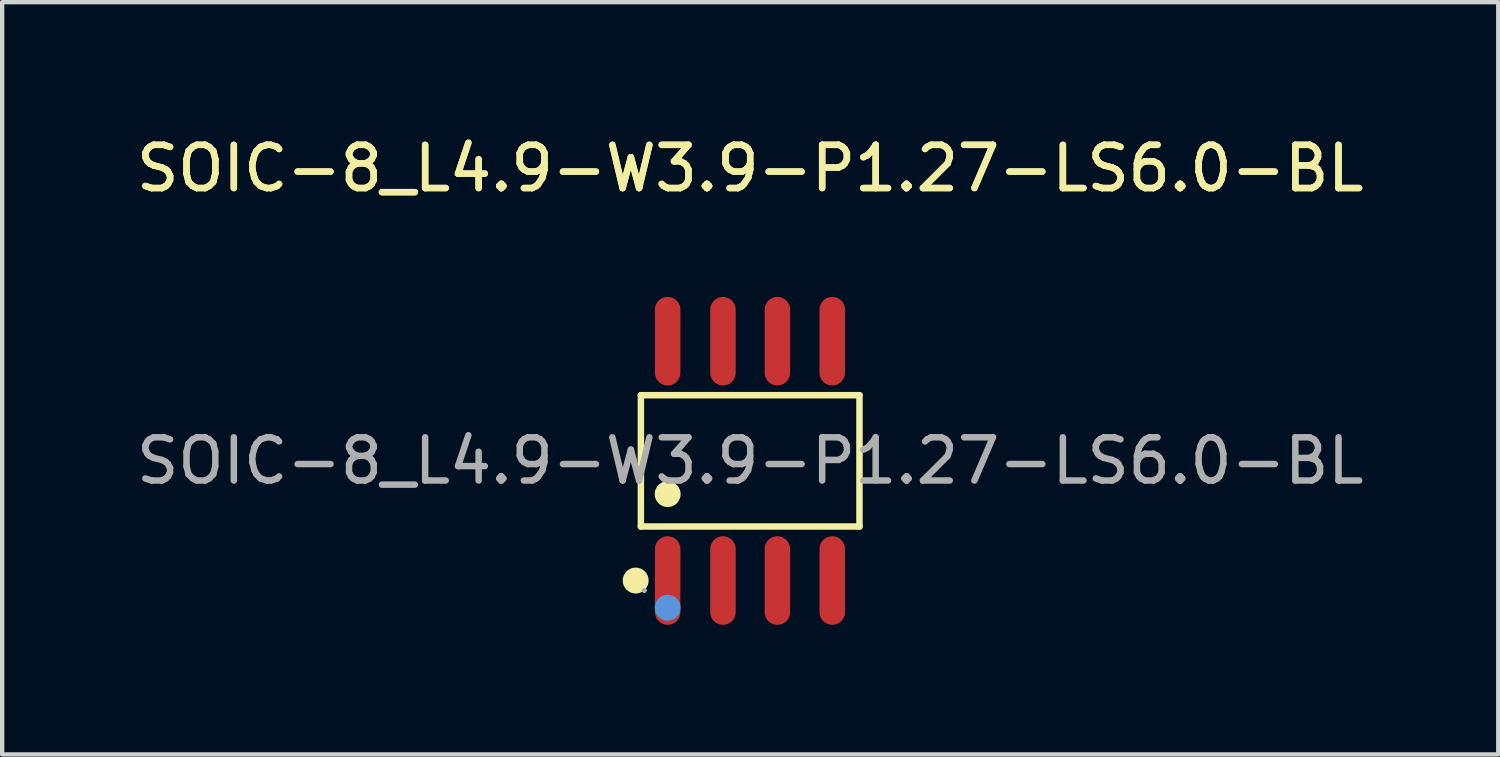
<source format=kicad_pcb>
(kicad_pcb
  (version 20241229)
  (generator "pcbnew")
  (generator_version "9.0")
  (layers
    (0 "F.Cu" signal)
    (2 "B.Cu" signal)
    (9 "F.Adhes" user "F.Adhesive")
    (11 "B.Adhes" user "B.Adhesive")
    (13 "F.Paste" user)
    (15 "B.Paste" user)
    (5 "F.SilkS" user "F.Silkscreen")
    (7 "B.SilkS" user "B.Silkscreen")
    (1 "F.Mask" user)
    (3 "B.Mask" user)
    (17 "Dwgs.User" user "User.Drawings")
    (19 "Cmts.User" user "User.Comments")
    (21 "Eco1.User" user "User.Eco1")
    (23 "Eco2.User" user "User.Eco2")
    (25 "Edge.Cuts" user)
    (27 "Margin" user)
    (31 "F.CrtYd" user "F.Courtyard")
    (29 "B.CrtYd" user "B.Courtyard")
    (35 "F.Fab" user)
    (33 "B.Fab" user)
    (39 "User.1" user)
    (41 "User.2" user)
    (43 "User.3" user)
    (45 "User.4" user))
  (footprint "SOIC-8_L4.9-W3.9-P1.27-LS6.0-BL"
    (layer "F.Cu")
    (at 14.315 7.618)
    (property "Reference" "SOIC-8_L4.9-W3.9-P1.27-LS6.0-BL" (at 0 -6.77 0) (layer "F.SilkS") (effects (font (size 1 1) (thickness 0.15))))
    (attr smd)
    (fp_line (start -2.53 -1.52) (end 2.53 -1.52) (stroke (width 0.15) (type solid)) (layer "F.SilkS"))
    (fp_line (start -2.53 1.52) (end -2.53 -1.52) (stroke (width 0.15) (type solid)) (layer "F.SilkS"))
    (fp_line (start 2.53 -1.52) (end 2.53 1.52) (stroke (width 0.15) (type solid)) (layer "F.SilkS"))
    (fp_line (start 2.53 1.52) (end -2.53 1.52) (stroke (width 0.15) (type solid)) (layer "F.SilkS"))
    (fp_circle (center -2.65 2.77) (end -2.5 2.77) (stroke (width 0.3) (type solid)) (fill no) (layer "F.SilkS"))
    (fp_circle (center -1.91 0.77) (end -1.76 0.77) (stroke (width 0.3) (type solid)) (fill no) (layer "F.SilkS"))
    (fp_circle (center -1.91 3.4) (end -1.76 3.4) (stroke (width 0.3) (type solid)) (fill no) (layer "Cmts.User"))
    (fp_circle (center -2.45 3) (end -2.42 3) (stroke (width 0.06) (type solid)) (fill no) (layer "F.Fab"))
    (fp_text user "${REFERENCE}" (at 0 -6.77 0) (layer "F.SilkS") (effects (font (size 1 1) (thickness 0.15))))
    (fp_text user "${REFERENCE}" (at 0 0 0) (layer "F.Fab") (effects (font (size 1 1) (thickness 0.15))))
    (pad "1" smd oval (at -1.91 2.77) (size 0.59 2.05) (layers "F.Cu" "F.Mask" "F.Paste"))
    (pad "2" smd oval (at -0.63 2.77) (size 0.59 2.05) (layers "F.Cu" "F.Mask" "F.Paste"))
    (pad "3" smd oval (at 0.63 2.77) (size 0.59 2.05) (layers "F.Cu" "F.Mask" "F.Paste"))
    (pad "4" smd oval (at 1.9 2.77) (size 0.59 2.05) (layers "F.Cu" "F.Mask" "F.Paste"))
    (pad "5" smd oval (at 1.9 -2.77) (size 0.59 2.05) (layers "F.Cu" "F.Mask" "F.Paste"))
    (pad "6" smd oval (at 0.63 -2.77) (size 0.59 2.05) (layers "F.Cu" "F.Mask" "F.Paste"))
    (pad "7" smd oval (at -0.63 -2.77) (size 0.59 2.05) (layers "F.Cu" "F.Mask" "F.Paste"))
    (pad "8" smd oval (at -1.91 -2.77) (size 0.59 2.05) (layers "F.Cu" "F.Mask" "F.Paste")))
  (gr_rect
    (start -3 -3)
    (end 31.631 14.413)
    (stroke (width 0.1) (type default))
    (fill no)
    (layer "Edge.Cuts")))
</source>
